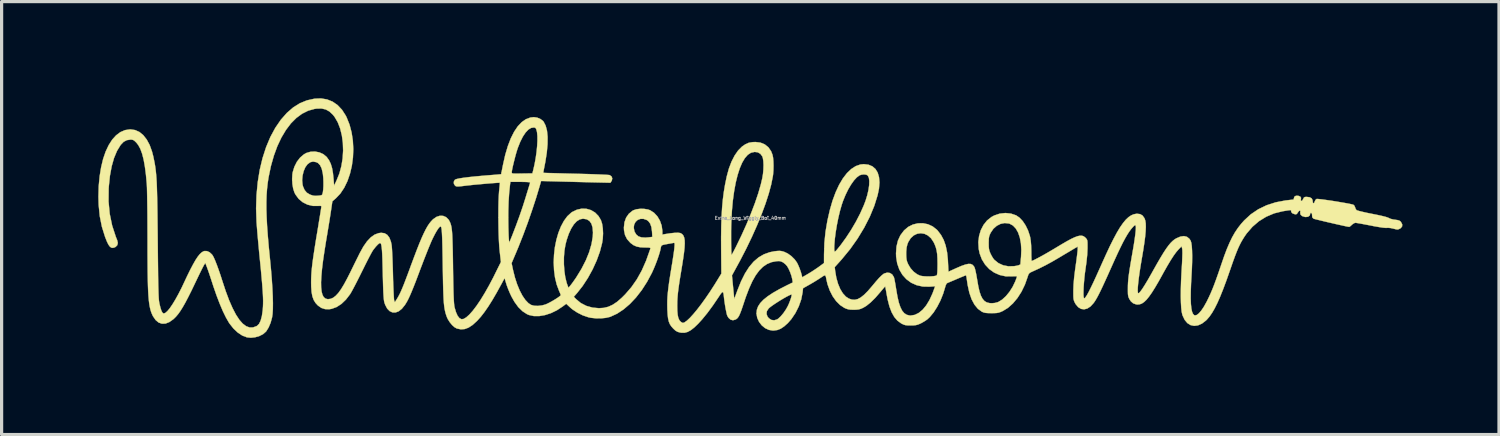
<source format=kicad_pcb>
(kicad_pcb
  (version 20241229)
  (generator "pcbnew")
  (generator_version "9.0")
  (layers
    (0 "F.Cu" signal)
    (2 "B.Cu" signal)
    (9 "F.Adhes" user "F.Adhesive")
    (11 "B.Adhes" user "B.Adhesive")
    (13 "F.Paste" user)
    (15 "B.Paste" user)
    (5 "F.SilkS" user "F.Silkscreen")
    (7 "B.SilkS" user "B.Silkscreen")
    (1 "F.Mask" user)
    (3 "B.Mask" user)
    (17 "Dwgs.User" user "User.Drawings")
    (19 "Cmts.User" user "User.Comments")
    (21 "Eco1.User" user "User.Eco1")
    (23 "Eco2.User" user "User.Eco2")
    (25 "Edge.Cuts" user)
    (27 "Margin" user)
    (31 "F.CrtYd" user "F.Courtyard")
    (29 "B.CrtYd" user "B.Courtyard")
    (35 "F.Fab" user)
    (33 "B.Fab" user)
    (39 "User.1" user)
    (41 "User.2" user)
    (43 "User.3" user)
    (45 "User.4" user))
  (footprint "Extra_Long_Wiggly_Boi_40mm"
    (layer "F.Cu")
    (at 20.24 3.717)
    (property "Reference" "Extra_Long_Wiggly_Boi_40mm" (at 0 0 0) (layer "F.Fab") (effects (font (size 0.1 0.1) (thickness 0.025))))
    (attr through_hole)
    (fp_poly (pts (xy -13.139 -3.681) (xy -12.966 -3.612) (xy -12.811 -3.504) (xy -12.675 -3.36) (xy -12.559 -3.18) (xy -12.532 -3.126) (xy -12.441 -2.899) (xy -12.377 -2.655) (xy -12.338 -2.4) (xy -12.324 -2.139) (xy -12.335 -1.878) (xy -12.369 -1.622) (xy -12.427 -1.376) (xy -12.506 -1.146) (xy -12.607 -0.938) (xy -12.728 -0.757) (xy -12.865 -0.613) (xy -12.974 -0.518) (xy -13.016 -0.232) (xy -13.031 -0.135) (xy -13.051 -0.005) (xy -13.076 0.15) (xy -13.104 0.32) (xy -13.133 0.497) (xy -13.163 0.674) (xy -13.165 0.684) (xy -13.219 1.021) (xy -13.263 1.319) (xy -13.295 1.579) (xy -13.315 1.804) (xy -13.325 1.994) (xy -13.322 2.153) (xy -13.308 2.28) (xy -13.283 2.378) (xy -13.246 2.45) (xy -13.197 2.495) (xy -13.136 2.516) (xy -13.104 2.518) (xy -13.025 2.508) (xy -12.948 2.474) (xy -12.87 2.414) (xy -12.789 2.327) (xy -12.704 2.209) (xy -12.612 2.058) (xy -12.511 1.871) (xy -12.421 1.693) (xy -12.354 1.556) (xy -12.288 1.421) (xy -12.226 1.296) (xy -12.173 1.19) (xy -12.134 1.11) (xy -12.125 1.092) (xy -12.012 0.887) (xy -11.897 0.723) (xy -11.781 0.6) (xy -11.661 0.515) (xy -11.537 0.469) (xy -11.459 0.459) (xy -11.355 0.472) (xy -11.27 0.523) (xy -11.204 0.61) (xy -11.156 0.735) (xy -11.135 0.836) (xy -11.129 0.892) (xy -11.122 0.984) (xy -11.116 1.107) (xy -11.109 1.254) (xy -11.103 1.419) (xy -11.097 1.596) (xy -11.093 1.746) (xy -11.089 1.924) (xy -11.083 2.09) (xy -11.077 2.238) (xy -11.071 2.365) (xy -11.065 2.465) (xy -11.06 2.532) (xy -11.055 2.56) (xy -11.034 2.613) (xy -10.981 2.529) (xy -10.944 2.469) (xy -10.91 2.408) (xy -10.876 2.342) (xy -10.841 2.266) (xy -10.802 2.175) (xy -10.757 2.065) (xy -10.705 1.93) (xy -10.643 1.767) (xy -10.57 1.57) (xy -10.542 1.492) (xy -10.441 1.222) (xy -10.352 0.988) (xy -10.273 0.788) (xy -10.202 0.619) (xy -10.137 0.476) (xy -10.078 0.357) (xy -10.023 0.259) (xy -9.969 0.177) (xy -9.916 0.11) (xy -9.862 0.052) (xy -9.843 0.035) (xy -9.741 -0.036) (xy -9.636 -0.07) (xy -9.535 -0.066) (xy -9.444 -0.027) (xy -9.369 0.047) (xy -9.343 0.089) (xy -9.323 0.131) (xy -9.305 0.174) (xy -9.291 0.222) (xy -9.278 0.279) (xy -9.268 0.349) (xy -9.259 0.434) (xy -9.252 0.54) (xy -9.247 0.668) (xy -9.242 0.824) (xy -9.237 1.011) (xy -9.233 1.233) (xy -9.229 1.493) (xy -9.229 1.524) (xy -9.225 1.785) (xy -9.221 2.006) (xy -9.217 2.193) (xy -9.213 2.347) (xy -9.208 2.473) (xy -9.203 2.573) (xy -9.197 2.652) (xy -9.191 2.713) (xy -9.184 2.759) (xy -9.18 2.775) (xy -9.137 2.922) (xy -9.087 3.034) (xy -9.03 3.107) (xy -8.967 3.14) (xy -8.904 3.134) (xy -8.82 3.085) (xy -8.723 2.999) (xy -8.615 2.878) (xy -8.498 2.724) (xy -8.374 2.541) (xy -8.245 2.33) (xy -8.111 2.094) (xy -7.975 1.836) (xy -7.932 1.748) (xy -7.742 1.365) (xy -7.782 1.016) (xy -7.794 0.881) (xy -7.804 0.714) (xy -7.812 0.523) (xy -7.817 0.317) (xy -7.82 0.102) (xy -7.821 -0.021) (xy -7.514 -0.021) (xy -7.513 0.137) (xy -7.511 0.287) (xy -7.507 0.426) (xy -7.503 0.548) (xy -7.497 0.646) (xy -7.491 0.717) (xy -7.485 0.753) (xy -7.481 0.757) (xy -7.472 0.736) (xy -7.45 0.684) (xy -7.419 0.609) (xy -7.387 0.529) (xy -7.276 0.241) (xy -7.166 -0.059) (xy -7.065 -0.354) (xy -6.978 -0.628) (xy -6.976 -0.635) (xy -6.941 -0.751) (xy -6.908 -0.857) (xy -6.881 -0.945) (xy -6.863 -1.005) (xy -6.857 -1.024) (xy -6.842 -1.074) (xy -6.837 -1.104) (xy -6.857 -1.11) (xy -6.912 -1.116) (xy -6.994 -1.12) (xy -7.096 -1.122) (xy -7.142 -1.122) (xy -7.448 -1.122) (xy -7.46 -1.032) (xy -7.486 -0.783) (xy -7.504 -0.514) (xy -7.513 -0.217) (xy -7.514 -0.021) (xy -7.821 -0.021) (xy -7.821 -0.113) (xy -7.82 -0.321) (xy -7.816 -0.513) (xy -7.809 -0.683) (xy -7.8 -0.822) (xy -7.794 -0.878) (xy -7.785 -0.967) (xy -7.778 -1.038) (xy -7.775 -1.083) (xy -7.775 -1.094) (xy -7.798 -1.095) (xy -7.856 -1.092) (xy -7.944 -1.086) (xy -8.053 -1.078) (xy -8.178 -1.068) (xy -8.312 -1.056) (xy -8.447 -1.044) (xy -8.579 -1.032) (xy -8.699 -1.019) (xy -8.802 -1.008) (xy -8.843 -1.003) (xy -8.957 -0.989) (xy -9.037 -0.981) (xy -9.09 -0.979) (xy -9.124 -0.982) (xy -9.146 -0.991) (xy -9.166 -1.006) (xy -9.166 -1.006) (xy -9.201 -1.061) (xy -9.205 -1.123) (xy -9.179 -1.178) (xy -9.16 -1.194) (xy -9.113 -1.211) (xy -9.027 -1.23) (xy -8.903 -1.249) (xy -8.745 -1.269) (xy -8.555 -1.289) (xy -8.336 -1.309) (xy -8.161 -1.324) (xy -8.032 -1.334) (xy -7.919 -1.343) (xy -7.828 -1.351) (xy -7.765 -1.357) (xy -7.737 -1.36) (xy -7.736 -1.361) (xy -7.731 -1.382) (xy -7.726 -1.41) (xy -7.408 -1.41) (xy -7.404 -1.396) (xy -7.389 -1.387) (xy -7.355 -1.381) (xy -7.298 -1.379) (xy -7.21 -1.379) (xy -7.087 -1.381) (xy -6.765 -1.386) (xy -6.738 -1.492) (xy -6.697 -1.672) (xy -6.663 -1.86) (xy -6.636 -2.049) (xy -6.618 -2.231) (xy -6.609 -2.399) (xy -6.61 -2.545) (xy -6.621 -2.661) (xy -6.629 -2.699) (xy -6.648 -2.762) (xy -6.669 -2.795) (xy -6.7 -2.808) (xy -6.72 -2.81) (xy -6.805 -2.797) (xy -6.891 -2.744) (xy -6.977 -2.653) (xy -7.061 -2.527) (xy -7.142 -2.367) (xy -7.218 -2.176) (xy -7.234 -2.127) (xy -7.261 -2.041) (xy -7.291 -1.935) (xy -7.321 -1.819) (xy -7.35 -1.702) (xy -7.376 -1.592) (xy -7.395 -1.5) (xy -7.406 -1.433) (xy -7.408 -1.41) (xy -7.726 -1.41) (xy -7.72 -1.437) (xy -7.704 -1.519) (xy -7.684 -1.619) (xy -7.677 -1.655) (xy -7.608 -1.961) (xy -7.527 -2.234) (xy -7.435 -2.474) (xy -7.332 -2.678) (xy -7.219 -2.846) (xy -7.096 -2.976) (xy -6.966 -3.067) (xy -6.827 -3.119) (xy -6.72 -3.131) (xy -6.617 -3.116) (xy -6.517 -3.074) (xy -6.437 -3.014) (xy -6.416 -2.988) (xy -6.354 -2.867) (xy -6.312 -2.71) (xy -6.293 -2.519) (xy -6.295 -2.294) (xy -6.318 -2.036) (xy -6.363 -1.746) (xy -6.39 -1.607) (xy -6.407 -1.522) (xy -6.42 -1.453) (xy -6.426 -1.412) (xy -6.427 -1.403) (xy -6.405 -1.402) (xy -6.346 -1.399) (xy -6.252 -1.396) (xy -6.129 -1.393) (xy -5.979 -1.389) (xy -5.808 -1.384) (xy -5.62 -1.379) (xy -5.419 -1.374) (xy -5.215 -1.369) (xy -5.023 -1.364) (xy -4.848 -1.358) (xy -4.693 -1.352) (xy -4.563 -1.346) (xy -4.462 -1.341) (xy -4.395 -1.336) (xy -4.366 -1.332) (xy -4.309 -1.291) (xy -4.286 -1.232) (xy -4.299 -1.166) (xy -4.307 -1.151) (xy -4.344 -1.095) (xy -4.918 -1.108) (xy -5.108 -1.113) (xy -5.317 -1.118) (xy -5.532 -1.124) (xy -5.739 -1.129) (xy -5.924 -1.134) (xy -5.994 -1.136) (xy -6.495 -1.149) (xy -6.539 -0.993) (xy -6.648 -0.63) (xy -6.774 -0.246) (xy -6.91 0.146) (xy -7.053 0.531) (xy -7.197 0.895) (xy -7.264 1.055) (xy -7.411 1.401) (xy -7.366 1.614) (xy -7.308 1.845) (xy -7.239 2.057) (xy -7.16 2.248) (xy -7.074 2.412) (xy -6.982 2.545) (xy -6.888 2.643) (xy -6.806 2.697) (xy -6.712 2.723) (xy -6.593 2.728) (xy -6.464 2.712) (xy -6.366 2.686) (xy -6.304 2.66) (xy -6.226 2.621) (xy -6.14 2.573) (xy -6.056 2.523) (xy -5.98 2.474) (xy -5.922 2.432) (xy -5.889 2.402) (xy -5.884 2.393) (xy -5.893 2.366) (xy -5.914 2.313) (xy -5.937 2.261) (xy -6.011 2.064) (xy -6.063 1.848) (xy -6.093 1.62) (xy -6.101 1.432) (xy -5.787 1.432) (xy -5.773 1.641) (xy -5.745 1.837) (xy -5.703 2.008) (xy -5.677 2.083) (xy -5.645 2.165) (xy -5.584 2.093) (xy -5.546 2.044) (xy -5.493 1.971) (xy -5.434 1.887) (xy -5.404 1.843) (xy -5.241 1.577) (xy -5.106 1.313) (xy -5.002 1.056) (xy -4.93 0.809) (xy -4.891 0.577) (xy -4.885 0.45) (xy -4.897 0.296) (xy -4.933 0.177) (xy -4.993 0.092) (xy -5.078 0.04) (xy -5.189 0.021) (xy -5.197 0.021) (xy -5.295 0.042) (xy -5.39 0.102) (xy -5.48 0.199) (xy -5.563 0.331) (xy -5.638 0.494) (xy -5.703 0.686) (xy -5.74 0.832) (xy -5.771 1.017) (xy -5.787 1.221) (xy -5.787 1.432) (xy -6.101 1.432) (xy -6.104 1.383) (xy -6.094 1.144) (xy -6.067 0.907) (xy -6.021 0.678) (xy -5.959 0.462) (xy -5.881 0.265) (xy -5.788 0.091) (xy -5.681 -0.055) (xy -5.56 -0.166) (xy -5.53 -0.187) (xy -5.383 -0.258) (xy -5.233 -0.291) (xy -5.086 -0.286) (xy -4.946 -0.245) (xy -4.82 -0.17) (xy -4.714 -0.062) (xy -4.639 0.063) (xy -4.602 0.177) (xy -4.58 0.32) (xy -4.572 0.479) (xy -4.581 0.643) (xy -4.602 0.779) (xy -4.67 1.042) (xy -4.77 1.317) (xy -4.896 1.594) (xy -5.043 1.861) (xy -5.206 2.11) (xy -5.377 2.327) (xy -5.48 2.445) (xy -5.412 2.515) (xy -5.264 2.638) (xy -5.092 2.727) (xy -4.899 2.781) (xy -4.699 2.799) (xy -4.55 2.789) (xy -4.41 2.755) (xy -4.274 2.693) (xy -4.136 2.601) (xy -3.991 2.475) (xy -3.884 2.368) (xy -3.692 2.146) (xy -3.522 1.902) (xy -3.371 1.631) (xy -3.237 1.328) (xy -3.117 0.99) (xy -3.1 0.938) (xy -3.11 0.925) (xy -3.153 0.917) (xy -3.232 0.915) (xy -3.266 0.915) (xy -3.411 0.909) (xy -3.527 0.886) (xy -3.626 0.843) (xy -3.717 0.776) (xy -3.725 0.769) (xy -3.826 0.656) (xy -3.89 0.529) (xy -3.921 0.382) (xy -3.925 0.297) (xy -3.62 0.297) (xy -3.6 0.404) (xy -3.591 0.429) (xy -3.54 0.514) (xy -3.471 0.571) (xy -3.377 0.601) (xy -3.255 0.608) (xy -3.157 0.6) (xy -3.043 0.586) (xy -3.052 0.423) (xy -3.071 0.28) (xy -3.11 0.171) (xy -3.169 0.094) (xy -3.218 0.06) (xy -3.32 0.025) (xy -3.415 0.027) (xy -3.498 0.06) (xy -3.563 0.12) (xy -3.606 0.201) (xy -3.62 0.297) (xy -3.925 0.297) (xy -3.925 0.296) (xy -3.907 0.131) (xy -3.855 -0.013) (xy -3.771 -0.133) (xy -3.658 -0.225) (xy -3.633 -0.239) (xy -3.539 -0.271) (xy -3.421 -0.286) (xy -3.296 -0.284) (xy -3.18 -0.265) (xy -3.111 -0.241) (xy -2.99 -0.163) (xy -2.887 -0.053) (xy -2.807 0.083) (xy -2.753 0.236) (xy -2.731 0.399) (xy -2.731 0.421) (xy -2.731 0.514) (xy -2.651 0.5) (xy -2.487 0.474) (xy -2.35 0.46) (xy -2.245 0.457) (xy -2.176 0.466) (xy -2.163 0.471) (xy -2.115 0.501) (xy -2.079 0.545) (xy -2.054 0.606) (xy -2.039 0.687) (xy -2.036 0.792) (xy -2.043 0.924) (xy -2.061 1.088) (xy -2.089 1.286) (xy -2.117 1.463) (xy -2.155 1.693) (xy -2.187 1.887) (xy -2.212 2.051) (xy -2.231 2.188) (xy -2.246 2.305) (xy -2.256 2.406) (xy -2.263 2.498) (xy -2.268 2.585) (xy -2.269 2.673) (xy -2.27 2.72) (xy -2.267 2.881) (xy -2.256 3.005) (xy -2.236 3.099) (xy -2.206 3.167) (xy -2.164 3.216) (xy -2.154 3.224) (xy -2.11 3.252) (xy -2.075 3.253) (xy -2.043 3.239) (xy -1.969 3.186) (xy -1.877 3.1) (xy -1.77 2.983) (xy -1.651 2.84) (xy -1.523 2.673) (xy -1.389 2.487) (xy -1.251 2.285) (xy -1.112 2.07) (xy -1.036 1.947) (xy -0.9 1.725) (xy -0.907 0.931) (xy -0.908 0.569) (xy -0.907 0.546) (xy -0.597 0.546) (xy -0.597 0.684) (xy -0.596 0.814) (xy -0.594 0.932) (xy -0.591 1.029) (xy -0.588 1.1) (xy -0.584 1.138) (xy -0.582 1.143) (xy -0.569 1.125) (xy -0.542 1.076) (xy -0.503 1.003) (xy -0.457 0.913) (xy -0.444 0.888) (xy -0.274 0.537) (xy -0.118 0.191) (xy 0.021 -0.145) (xy 0.143 -0.465) (xy 0.245 -0.766) (xy 0.325 -1.042) (xy 0.371 -1.238) (xy 0.393 -1.371) (xy 0.405 -1.51) (xy 0.409 -1.645) (xy 0.403 -1.766) (xy 0.388 -1.862) (xy 0.372 -1.911) (xy 0.312 -1.992) (xy 0.23 -2.04) (xy 0.132 -2.052) (xy 0.025 -2.028) (xy 0.015 -2.024) (xy -0.081 -1.961) (xy -0.171 -1.858) (xy -0.254 -1.718) (xy -0.329 -1.543) (xy -0.396 -1.335) (xy -0.455 -1.096) (xy -0.504 -0.829) (xy -0.544 -0.537) (xy -0.573 -0.22) (xy -0.59 0.117) (xy -0.595 0.275) (xy -0.597 0.408) (xy -0.597 0.546) (xy -0.907 0.546) (xy -0.903 0.244) (xy -0.893 -0.051) (xy -0.877 -0.32) (xy -0.854 -0.57) (xy -0.824 -0.805) (xy -0.786 -1.032) (xy -0.74 -1.256) (xy -0.732 -1.294) (xy -0.666 -1.535) (xy -0.584 -1.751) (xy -0.488 -1.939) (xy -0.38 -2.095) (xy -0.263 -2.213) (xy -0.256 -2.219) (xy -0.151 -2.291) (xy -0.05 -2.335) (xy 0.065 -2.355) (xy 0.159 -2.359) (xy 0.314 -2.34) (xy 0.448 -2.285) (xy 0.559 -2.196) (xy 0.643 -2.075) (xy 0.687 -1.964) (xy 0.705 -1.876) (xy 0.715 -1.759) (xy 0.719 -1.625) (xy 0.716 -1.486) (xy 0.706 -1.354) (xy 0.697 -1.291) (xy 0.647 -1.039) (xy 0.571 -0.757) (xy 0.472 -0.451) (xy 0.351 -0.123) (xy 0.21 0.222) (xy 0.05 0.581) (xy -0.127 0.949) (xy -0.32 1.322) (xy -0.388 1.447) (xy -0.571 1.782) (xy -0.5 2.515) (xy -0.401 2.245) (xy -0.288 1.964) (xy -0.167 1.722) (xy -0.038 1.52) (xy 0.102 1.354) (xy 0.254 1.224) (xy 0.42 1.127) (xy 0.601 1.062) (xy 0.751 1.032) (xy 0.845 1.022) (xy 0.914 1.02) (xy 0.975 1.028) (xy 1.045 1.048) (xy 1.046 1.048) (xy 1.159 1.101) (xy 1.273 1.183) (xy 1.375 1.284) (xy 1.446 1.382) (xy 1.487 1.465) (xy 1.531 1.571) (xy 1.569 1.682) (xy 1.596 1.778) (xy 1.597 1.783) (xy 1.609 1.84) (xy 1.794 1.732) (xy 1.897 1.669) (xy 2.007 1.597) (xy 2.107 1.529) (xy 2.133 1.51) (xy 2.286 1.397) (xy 2.287 1.127) (xy 2.293 0.939) (xy 2.603 0.939) (xy 2.605 0.996) (xy 2.61 1.031) (xy 2.624 1.041) (xy 2.65 1.024) (xy 2.692 0.978) (xy 2.753 0.902) (xy 2.805 0.837) (xy 2.969 0.611) (xy 3.129 0.367) (xy 3.277 0.114) (xy 3.408 -0.139) (xy 3.516 -0.38) (xy 3.575 -0.533) (xy 3.629 -0.709) (xy 3.667 -0.874) (xy 3.688 -1.023) (xy 3.692 -1.149) (xy 3.679 -1.249) (xy 3.646 -1.316) (xy 3.645 -1.318) (xy 3.597 -1.345) (xy 3.526 -1.354) (xy 3.447 -1.345) (xy 3.388 -1.324) (xy 3.304 -1.262) (xy 3.215 -1.165) (xy 3.125 -1.038) (xy 3.036 -0.887) (xy 2.953 -0.716) (xy 2.878 -0.533) (xy 2.837 -0.414) (xy 2.781 -0.219) (xy 2.73 -0.004) (xy 2.685 0.221) (xy 2.648 0.444) (xy 2.621 0.655) (xy 2.606 0.844) (xy 2.603 0.939) (xy 2.293 0.939) (xy 2.298 0.774) (xy 2.333 0.429) (xy 2.392 0.08) (xy 2.467 -0.248) (xy 2.551 -0.539) (xy 2.648 -0.801) (xy 2.755 -1.031) (xy 2.872 -1.229) (xy 2.998 -1.393) (xy 3.131 -1.52) (xy 3.27 -1.61) (xy 3.414 -1.661) (xy 3.522 -1.672) (xy 3.668 -1.654) (xy 3.789 -1.603) (xy 3.884 -1.521) (xy 3.952 -1.409) (xy 3.993 -1.269) (xy 4.007 -1.103) (xy 3.992 -0.911) (xy 3.95 -0.709) (xy 3.847 -0.379) (xy 3.707 -0.04) (xy 3.533 0.3) (xy 3.329 0.637) (xy 3.097 0.965) (xy 2.84 1.278) (xy 2.786 1.339) (xy 2.619 1.524) (xy 2.633 1.646) (xy 2.668 1.853) (xy 2.721 2.04) (xy 2.789 2.204) (xy 2.872 2.339) (xy 2.966 2.441) (xy 3.058 2.501) (xy 3.152 2.532) (xy 3.242 2.538) (xy 3.333 2.516) (xy 3.429 2.464) (xy 3.533 2.381) (xy 3.649 2.264) (xy 3.78 2.112) (xy 3.785 2.106) (xy 3.9 1.968) (xy 3.994 1.862) (xy 4.07 1.787) (xy 4.129 1.738) (xy 4.153 1.723) (xy 4.245 1.695) (xy 4.331 1.706) (xy 4.403 1.752) (xy 4.453 1.832) (xy 4.461 1.856) (xy 4.473 1.907) (xy 4.489 1.99) (xy 4.507 2.093) (xy 4.525 2.205) (xy 4.528 2.223) (xy 4.566 2.443) (xy 4.608 2.624) (xy 4.657 2.767) (xy 4.712 2.877) (xy 4.777 2.954) (xy 4.852 3.003) (xy 4.938 3.025) (xy 4.978 3.027) (xy 5.104 3.006) (xy 5.228 2.945) (xy 5.347 2.847) (xy 5.458 2.713) (xy 5.56 2.545) (xy 5.651 2.347) (xy 5.673 2.29) (xy 5.735 2.119) (xy 5.561 2.131) (xy 5.354 2.127) (xy 5.163 2.085) (xy 4.992 2.009) (xy 4.844 1.9) (xy 4.72 1.763) (xy 4.624 1.599) (xy 4.558 1.41) (xy 4.525 1.201) (xy 4.522 1.111) (xy 4.837 1.111) (xy 4.84 1.213) (xy 4.848 1.288) (xy 4.865 1.354) (xy 4.895 1.426) (xy 4.899 1.435) (xy 4.972 1.558) (xy 5.068 1.665) (xy 5.178 1.747) (xy 5.268 1.789) (xy 5.333 1.802) (xy 5.42 1.81) (xy 5.517 1.813) (xy 5.613 1.811) (xy 5.698 1.804) (xy 5.76 1.792) (xy 5.785 1.78) (xy 5.796 1.75) (xy 5.804 1.683) (xy 5.808 1.579) (xy 5.81 1.435) (xy 5.81 1.422) (xy 5.807 1.255) (xy 5.799 1.121) (xy 5.782 1.009) (xy 5.756 0.909) (xy 5.719 0.813) (xy 5.69 0.752) (xy 5.609 0.629) (xy 5.511 0.542) (xy 5.403 0.489) (xy 5.29 0.472) (xy 5.178 0.488) (xy 5.072 0.539) (xy 4.979 0.623) (xy 4.904 0.741) (xy 4.876 0.808) (xy 4.85 0.913) (xy 4.838 1.043) (xy 4.837 1.111) (xy 4.522 1.111) (xy 4.521 1.101) (xy 4.536 0.887) (xy 4.581 0.7) (xy 4.657 0.536) (xy 4.767 0.39) (xy 4.775 0.381) (xy 4.902 0.274) (xy 5.046 0.202) (xy 5.201 0.165) (xy 5.359 0.162) (xy 5.514 0.194) (xy 5.659 0.261) (xy 5.788 0.362) (xy 5.813 0.389) (xy 5.918 0.526) (xy 6.001 0.681) (xy 6.063 0.858) (xy 6.106 1.064) (xy 6.131 1.302) (xy 6.134 1.367) (xy 6.149 1.666) (xy 6.401 1.552) (xy 6.552 1.487) (xy 6.672 1.445) (xy 6.766 1.424) (xy 6.838 1.426) (xy 6.893 1.45) (xy 6.936 1.495) (xy 6.956 1.529) (xy 6.971 1.573) (xy 6.99 1.65) (xy 7.011 1.75) (xy 7.031 1.864) (xy 7.04 1.917) (xy 7.075 2.12) (xy 7.113 2.284) (xy 7.157 2.412) (xy 7.208 2.509) (xy 7.268 2.577) (xy 7.34 2.62) (xy 7.426 2.641) (xy 7.497 2.645) (xy 7.592 2.636) (xy 7.683 2.611) (xy 7.699 2.604) (xy 7.815 2.533) (xy 7.932 2.426) (xy 8.042 2.292) (xy 8.141 2.137) (xy 8.222 1.968) (xy 8.222 1.967) (xy 8.249 1.897) (xy 8.269 1.843) (xy 8.276 1.816) (xy 8.257 1.809) (xy 8.206 1.807) (xy 8.134 1.81) (xy 8.123 1.811) (xy 7.924 1.809) (xy 7.737 1.768) (xy 7.566 1.692) (xy 7.415 1.584) (xy 7.287 1.446) (xy 7.186 1.283) (xy 7.116 1.097) (xy 7.088 0.96) (xy 7.078 0.782) (xy 7.398 0.782) (xy 7.399 0.884) (xy 7.406 0.958) (xy 7.42 1.019) (xy 7.444 1.082) (xy 7.457 1.111) (xy 7.498 1.189) (xy 7.542 1.259) (xy 7.574 1.298) (xy 7.699 1.399) (xy 7.846 1.467) (xy 8.012 1.499) (xy 8.19 1.494) (xy 8.275 1.48) (xy 8.336 1.463) (xy 8.375 1.443) (xy 8.383 1.432) (xy 8.385 1.402) (xy 8.39 1.339) (xy 8.397 1.256) (xy 8.402 1.205) (xy 8.411 0.986) (xy 8.398 0.785) (xy 8.364 0.606) (xy 8.311 0.452) (xy 8.24 0.327) (xy 8.152 0.234) (xy 8.048 0.177) (xy 8.026 0.17) (xy 7.896 0.156) (xy 7.768 0.181) (xy 7.649 0.241) (xy 7.544 0.333) (xy 7.462 0.453) (xy 7.461 0.454) (xy 7.431 0.518) (xy 7.412 0.573) (xy 7.402 0.633) (xy 7.398 0.713) (xy 7.398 0.782) (xy 7.078 0.782) (xy 7.076 0.755) (xy 7.099 0.559) (xy 7.153 0.377) (xy 7.237 0.215) (xy 7.347 0.077) (xy 7.483 -0.031) (xy 7.569 -0.078) (xy 7.741 -0.136) (xy 7.918 -0.155) (xy 8.09 -0.137) (xy 8.249 -0.083) (xy 8.354 -0.011) (xy 8.454 0.095) (xy 8.543 0.229) (xy 8.618 0.383) (xy 8.674 0.55) (xy 8.688 0.61) (xy 8.704 0.714) (xy 8.715 0.847) (xy 8.72 0.998) (xy 8.721 1.049) (xy 8.721 1.153) (xy 8.724 1.24) (xy 8.727 1.303) (xy 8.731 1.332) (xy 8.732 1.333) (xy 8.762 1.323) (xy 8.823 1.295) (xy 8.908 1.251) (xy 9.011 1.196) (xy 9.125 1.133) (xy 9.245 1.064) (xy 9.364 0.994) (xy 9.458 0.938) (xy 9.653 0.821) (xy 9.816 0.726) (xy 9.952 0.652) (xy 10.064 0.599) (xy 10.155 0.565) (xy 10.229 0.549) (xy 10.289 0.549) (xy 10.34 0.565) (xy 10.384 0.595) (xy 10.405 0.615) (xy 10.431 0.644) (xy 10.448 0.67) (xy 10.459 0.704) (xy 10.464 0.753) (xy 10.465 0.827) (xy 10.465 0.933) (xy 10.465 0.938) (xy 10.456 1.138) (xy 10.432 1.371) (xy 10.403 1.577) (xy 10.383 1.719) (xy 10.367 1.866) (xy 10.354 2.012) (xy 10.344 2.149) (xy 10.34 2.272) (xy 10.339 2.374) (xy 10.344 2.447) (xy 10.354 2.486) (xy 10.356 2.489) (xy 10.375 2.488) (xy 10.405 2.456) (xy 10.447 2.393) (xy 10.5 2.297) (xy 10.566 2.166) (xy 10.646 2) (xy 10.739 1.798) (xy 10.847 1.558) (xy 10.9 1.439) (xy 11.036 1.138) (xy 11.159 0.874) (xy 11.273 0.647) (xy 11.377 0.453) (xy 11.474 0.291) (xy 11.566 0.159) (xy 11.652 0.054) (xy 11.736 -0.025) (xy 11.818 -0.081) (xy 11.9 -0.116) (xy 11.984 -0.132) (xy 12.001 -0.133) (xy 12.098 -0.121) (xy 12.173 -0.077) (xy 12.232 0.005) (xy 12.237 0.016) (xy 12.259 0.081) (xy 12.272 0.166) (xy 12.275 0.276) (xy 12.269 0.413) (xy 12.254 0.579) (xy 12.228 0.778) (xy 12.192 1.013) (xy 12.15 1.259) (xy 12.111 1.49) (xy 12.079 1.699) (xy 12.054 1.883) (xy 12.036 2.04) (xy 12.025 2.167) (xy 12.023 2.261) (xy 12.029 2.318) (xy 12.038 2.335) (xy 12.064 2.327) (xy 12.107 2.28) (xy 12.168 2.196) (xy 12.245 2.075) (xy 12.34 1.917) (xy 12.45 1.724) (xy 12.494 1.645) (xy 12.618 1.425) (xy 12.726 1.239) (xy 12.82 1.084) (xy 12.903 0.957) (xy 12.977 0.855) (xy 13.044 0.774) (xy 13.108 0.711) (xy 13.169 0.663) (xy 13.221 0.631) (xy 13.348 0.577) (xy 13.458 0.561) (xy 13.552 0.584) (xy 13.627 0.644) (xy 13.666 0.703) (xy 13.686 0.767) (xy 13.701 0.869) (xy 13.71 1.006) (xy 13.714 1.173) (xy 13.712 1.367) (xy 13.704 1.585) (xy 13.695 1.746) (xy 13.679 2.035) (xy 13.67 2.283) (xy 13.668 2.493) (xy 13.674 2.665) (xy 13.688 2.802) (xy 13.709 2.904) (xy 13.738 2.974) (xy 13.774 3.013) (xy 13.802 3.023) (xy 13.857 3.009) (xy 13.923 2.958) (xy 13.996 2.873) (xy 14.074 2.758) (xy 14.154 2.615) (xy 14.17 2.585) (xy 14.23 2.462) (xy 14.286 2.34) (xy 14.34 2.213) (xy 14.395 2.074) (xy 14.453 1.917) (xy 14.518 1.734) (xy 14.592 1.518) (xy 14.615 1.45) (xy 14.705 1.188) (xy 14.79 0.963) (xy 14.873 0.768) (xy 14.955 0.598) (xy 15.041 0.447) (xy 15.132 0.311) (xy 15.231 0.184) (xy 15.328 0.075) (xy 15.533 -0.114) (xy 15.765 -0.271) (xy 16.024 -0.396) (xy 16.306 -0.487) (xy 16.612 -0.545) (xy 16.648 -0.549) (xy 16.734 -0.559) (xy 16.803 -0.567) (xy 16.846 -0.571) (xy 16.854 -0.571) (xy 16.867 -0.589) (xy 16.87 -0.611) (xy 16.887 -0.663) (xy 16.935 -0.69) (xy 17.005 -0.69) (xy 17.067 -0.667) (xy 17.093 -0.627) (xy 17.088 -0.574) (xy 17.087 -0.537) (xy 17.105 -0.529) (xy 17.132 -0.546) (xy 17.157 -0.587) (xy 17.16 -0.593) (xy 17.182 -0.635) (xy 17.214 -0.653) (xy 17.265 -0.656) (xy 17.362 -0.644) (xy 17.424 -0.609) (xy 17.451 -0.552) (xy 17.452 -0.534) (xy 17.46 -0.479) (xy 17.479 -0.457) (xy 17.501 -0.471) (xy 17.516 -0.51) (xy 17.543 -0.566) (xy 17.576 -0.592) (xy 17.607 -0.592) (xy 17.672 -0.586) (xy 17.766 -0.575) (xy 17.88 -0.559) (xy 18.008 -0.541) (xy 18.144 -0.52) (xy 18.28 -0.497) (xy 18.409 -0.475) (xy 18.525 -0.455) (xy 18.62 -0.436) (xy 18.689 -0.42) (xy 18.718 -0.412) (xy 18.75 -0.381) (xy 18.768 -0.337) (xy 18.789 -0.282) (xy 18.814 -0.246) (xy 18.845 -0.233) (xy 18.911 -0.214) (xy 19.006 -0.191) (xy 19.124 -0.164) (xy 19.258 -0.137) (xy 19.304 -0.128) (xy 19.483 -0.092) (xy 19.625 -0.06) (xy 19.73 -0.033) (xy 19.796 -0.011) (xy 19.814 -0.001) (xy 19.869 0.024) (xy 19.951 0.045) (xy 20.01 0.053) (xy 20.092 0.065) (xy 20.145 0.081) (xy 20.181 0.107) (xy 20.193 0.122) (xy 20.232 0.194) (xy 20.23 0.259) (xy 20.189 0.312) (xy 20.164 0.328) (xy 20.122 0.348) (xy 20.087 0.356) (xy 20.043 0.351) (xy 19.976 0.334) (xy 19.96 0.33) (xy 19.867 0.31) (xy 19.787 0.303) (xy 19.758 0.306) (xy 19.709 0.306) (xy 19.621 0.297) (xy 19.499 0.278) (xy 19.345 0.251) (xy 19.257 0.233) (xy 19.125 0.208) (xy 19.004 0.185) (xy 18.903 0.167) (xy 18.827 0.154) (xy 18.784 0.148) (xy 18.78 0.148) (xy 18.736 0.162) (xy 18.684 0.198) (xy 18.669 0.212) (xy 18.626 0.251) (xy 18.594 0.273) (xy 18.588 0.275) (xy 18.557 0.27) (xy 18.493 0.258) (xy 18.401 0.238) (xy 18.289 0.213) (xy 18.163 0.185) (xy 18.031 0.154) (xy 17.899 0.124) (xy 17.774 0.094) (xy 17.663 0.067) (xy 17.572 0.045) (xy 17.509 0.029) (xy 17.481 0.02) (xy 17.481 0.02) (xy 17.447 -0.013) (xy 17.439 -0.038) (xy 17.435 -0.091) (xy 17.434 -0.115) (xy 17.421 -0.151) (xy 17.399 -0.164) (xy 17.381 -0.15) (xy 17.378 -0.132) (xy 17.36 -0.075) (xy 17.31 -0.04) (xy 17.236 -0.031) (xy 17.212 -0.034) (xy 17.129 -0.06) (xy 17.079 -0.103) (xy 17.066 -0.162) (xy 17.069 -0.179) (xy 17.071 -0.221) (xy 17.054 -0.232) (xy 17.024 -0.213) (xy 16.992 -0.169) (xy 16.962 -0.126) (xy 16.929 -0.114) (xy 16.897 -0.119) (xy 16.825 -0.146) (xy 16.79 -0.186) (xy 16.785 -0.214) (xy 16.785 -0.23) (xy 16.78 -0.241) (xy 16.764 -0.245) (xy 16.729 -0.243) (xy 16.669 -0.234) (xy 16.577 -0.219) (xy 16.521 -0.21) (xy 16.258 -0.145) (xy 16.013 -0.041) (xy 15.787 0.098) (xy 15.584 0.272) (xy 15.405 0.479) (xy 15.338 0.575) (xy 15.284 0.661) (xy 15.234 0.747) (xy 15.188 0.837) (xy 15.141 0.937) (xy 15.093 1.053) (xy 15.04 1.19) (xy 14.98 1.354) (xy 14.912 1.55) (xy 14.879 1.645) (xy 14.772 1.949) (xy 14.673 2.214) (xy 14.581 2.443) (xy 14.494 2.64) (xy 14.411 2.806) (xy 14.331 2.944) (xy 14.252 3.058) (xy 14.173 3.15) (xy 14.142 3.181) (xy 14.017 3.277) (xy 13.893 3.332) (xy 13.774 3.347) (xy 13.663 3.323) (xy 13.564 3.261) (xy 13.481 3.161) (xy 13.416 3.025) (xy 13.407 2.997) (xy 13.387 2.906) (xy 13.373 2.776) (xy 13.364 2.612) (xy 13.36 2.418) (xy 13.362 2.198) (xy 13.369 1.956) (xy 13.382 1.695) (xy 13.387 1.608) (xy 13.4 1.394) (xy 13.407 1.223) (xy 13.411 1.092) (xy 13.409 1.002) (xy 13.404 0.953) (xy 13.384 0.878) (xy 13.292 0.973) (xy 13.22 1.056) (xy 13.139 1.167) (xy 13.048 1.308) (xy 12.944 1.482) (xy 12.825 1.692) (xy 12.801 1.737) (xy 12.674 1.965) (xy 12.562 2.156) (xy 12.463 2.314) (xy 12.374 2.44) (xy 12.294 2.538) (xy 12.22 2.608) (xy 12.15 2.655) (xy 12.082 2.679) (xy 12.015 2.685) (xy 11.973 2.68) (xy 11.883 2.648) (xy 11.812 2.587) (xy 11.763 2.512) (xy 11.742 2.467) (xy 11.728 2.419) (xy 11.72 2.36) (xy 11.718 2.277) (xy 11.718 2.191) (xy 11.719 2.096) (xy 11.723 2.004) (xy 11.731 1.908) (xy 11.742 1.804) (xy 11.759 1.683) (xy 11.781 1.541) (xy 11.809 1.372) (xy 11.844 1.169) (xy 11.856 1.101) (xy 11.897 0.865) (xy 11.928 0.664) (xy 11.95 0.5) (xy 11.963 0.373) (xy 11.966 0.285) (xy 11.96 0.237) (xy 11.958 0.234) (xy 11.942 0.222) (xy 11.914 0.238) (xy 11.876 0.277) (xy 11.818 0.344) (xy 11.76 0.422) (xy 11.7 0.515) (xy 11.636 0.625) (xy 11.565 0.757) (xy 11.487 0.914) (xy 11.398 1.1) (xy 11.298 1.319) (xy 11.201 1.535) (xy 11.098 1.765) (xy 11.01 1.959) (xy 10.935 2.122) (xy 10.87 2.258) (xy 10.815 2.369) (xy 10.767 2.46) (xy 10.724 2.535) (xy 10.685 2.596) (xy 10.654 2.64) (xy 10.559 2.744) (xy 10.46 2.809) (xy 10.361 2.834) (xy 10.265 2.821) (xy 10.177 2.768) (xy 10.1 2.677) (xy 10.075 2.634) (xy 10.054 2.589) (xy 10.039 2.547) (xy 10.03 2.499) (xy 10.026 2.435) (xy 10.025 2.346) (xy 10.025 2.244) (xy 10.032 2.06) (xy 10.05 1.85) (xy 10.08 1.608) (xy 10.094 1.507) (xy 10.114 1.368) (xy 10.131 1.238) (xy 10.145 1.126) (xy 10.155 1.037) (xy 10.16 0.981) (xy 10.16 0.972) (xy 10.16 0.887) (xy 10.059 0.945) (xy 10.01 0.974) (xy 9.932 1.021) (xy 9.832 1.08) (xy 9.719 1.147) (xy 9.599 1.219) (xy 9.589 1.225) (xy 9.368 1.354) (xy 9.164 1.465) (xy 8.96 1.567) (xy 8.739 1.668) (xy 8.717 1.678) (xy 8.67 1.704) (xy 8.639 1.739) (xy 8.616 1.796) (xy 8.606 1.829) (xy 8.522 2.067) (xy 8.416 2.286) (xy 8.29 2.483) (xy 8.149 2.651) (xy 7.996 2.788) (xy 7.834 2.887) (xy 7.832 2.887) (xy 7.763 2.918) (xy 7.705 2.937) (xy 7.644 2.948) (xy 7.565 2.952) (xy 7.482 2.953) (xy 7.377 2.951) (xy 7.302 2.945) (xy 7.247 2.933) (xy 7.198 2.913) (xy 7.185 2.907) (xy 7.062 2.817) (xy 6.957 2.689) (xy 6.868 2.523) (xy 6.797 2.318) (xy 6.744 2.075) (xy 6.717 1.892) (xy 6.708 1.829) (xy 6.697 1.788) (xy 6.69 1.778) (xy 6.667 1.786) (xy 6.612 1.808) (xy 6.534 1.84) (xy 6.439 1.88) (xy 6.413 1.891) (xy 6.313 1.934) (xy 6.224 1.971) (xy 6.156 2) (xy 6.117 2.016) (xy 6.113 2.017) (xy 6.085 2.045) (xy 6.06 2.099) (xy 6.054 2.121) (xy 5.986 2.346) (xy 5.9 2.561) (xy 5.798 2.758) (xy 5.687 2.932) (xy 5.568 3.075) (xy 5.493 3.145) (xy 5.423 3.194) (xy 5.337 3.245) (xy 5.28 3.275) (xy 5.206 3.306) (xy 5.14 3.324) (xy 5.063 3.332) (xy 4.974 3.334) (xy 4.881 3.332) (xy 4.814 3.325) (xy 4.76 3.309) (xy 4.701 3.281) (xy 4.678 3.268) (xy 4.565 3.185) (xy 4.468 3.072) (xy 4.386 2.926) (xy 4.317 2.745) (xy 4.261 2.527) (xy 4.234 2.383) (xy 4.217 2.285) (xy 4.202 2.204) (xy 4.191 2.148) (xy 4.185 2.125) (xy 4.185 2.125) (xy 4.17 2.138) (xy 4.135 2.177) (xy 4.084 2.237) (xy 4.032 2.3) (xy 3.877 2.478) (xy 3.731 2.622) (xy 3.597 2.729) (xy 3.5 2.786) (xy 3.426 2.819) (xy 3.36 2.837) (xy 3.284 2.845) (xy 3.207 2.847) (xy 3.109 2.844) (xy 3.035 2.833) (xy 2.968 2.811) (xy 2.917 2.788) (xy 2.785 2.701) (xy 2.663 2.579) (xy 2.555 2.427) (xy 2.465 2.25) (xy 2.395 2.056) (xy 2.36 1.905) (xy 2.346 1.833) (xy 2.332 1.792) (xy 2.31 1.78) (xy 2.271 1.796) (xy 2.208 1.837) (xy 2.174 1.86) (xy 2.084 1.918) (xy 1.976 1.985) (xy 1.867 2.049) (xy 1.828 2.071) (xy 1.635 2.18) (xy 1.621 2.312) (xy 1.579 2.526) (xy 1.503 2.742) (xy 1.399 2.95) (xy 1.272 3.138) (xy 1.165 3.26) (xy 1.049 3.364) (xy 0.943 3.435) (xy 0.839 3.476) (xy 0.727 3.492) (xy 0.7 3.493) (xy 0.574 3.472) (xy 0.457 3.417) (xy 0.354 3.332) (xy 0.271 3.224) (xy 0.214 3.101) (xy 0.192 2.974) (xy 0.501 2.974) (xy 0.531 3.057) (xy 0.573 3.11) (xy 0.652 3.163) (xy 0.739 3.175) (xy 0.829 3.147) (xy 0.863 3.126) (xy 0.942 3.053) (xy 1.026 2.953) (xy 1.105 2.837) (xy 1.159 2.741) (xy 1.195 2.664) (xy 1.228 2.58) (xy 1.257 2.499) (xy 1.276 2.431) (xy 1.284 2.387) (xy 1.282 2.375) (xy 1.257 2.378) (xy 1.203 2.401) (xy 1.129 2.439) (xy 1.039 2.49) (xy 0.941 2.548) (xy 0.842 2.61) (xy 0.747 2.672) (xy 0.665 2.729) (xy 0.6 2.778) (xy 0.567 2.809) (xy 0.513 2.89) (xy 0.501 2.974) (xy 0.192 2.974) (xy 0.191 2.969) (xy 0.191 2.952) (xy 0.203 2.845) (xy 0.241 2.742) (xy 0.308 2.64) (xy 0.405 2.538) (xy 0.535 2.433) (xy 0.699 2.324) (xy 0.9 2.209) (xy 1.14 2.086) (xy 1.171 2.071) (xy 1.316 2) (xy 1.302 1.905) (xy 1.277 1.8) (xy 1.235 1.68) (xy 1.184 1.567) (xy 1.14 1.492) (xy 1.088 1.434) (xy 1.023 1.383) (xy 1.009 1.374) (xy 0.95 1.347) (xy 0.892 1.336) (xy 0.815 1.34) (xy 0.805 1.341) (xy 0.656 1.37) (xy 0.519 1.427) (xy 0.392 1.513) (xy 0.274 1.631) (xy 0.163 1.782) (xy 0.058 1.969) (xy -0.043 2.194) (xy -0.143 2.457) (xy -0.18 2.568) (xy -0.234 2.73) (xy -0.277 2.856) (xy -0.314 2.952) (xy -0.345 3.023) (xy -0.374 3.074) (xy -0.402 3.109) (xy -0.433 3.135) (xy -0.459 3.15) (xy -0.539 3.173) (xy -0.613 3.155) (xy -0.678 3.097) (xy -0.714 3.037) (xy -0.729 2.994) (xy -0.746 2.918) (xy -0.766 2.82) (xy -0.785 2.71) (xy -0.802 2.596) (xy -0.816 2.49) (xy -0.817 2.477) (xy -0.828 2.38) (xy -0.84 2.32) (xy -0.857 2.297) (xy -0.882 2.31) (xy -0.922 2.358) (xy -0.979 2.443) (xy -0.996 2.469) (xy -1.166 2.719) (xy -1.333 2.946) (xy -1.494 3.143) (xy -1.617 3.278) (xy -1.739 3.396) (xy -1.846 3.48) (xy -1.943 3.534) (xy -2.037 3.56) (xy -2.133 3.561) (xy -2.191 3.552) (xy -2.264 3.53) (xy -2.326 3.493) (xy -2.394 3.43) (xy -2.454 3.362) (xy -2.499 3.293) (xy -2.531 3.215) (xy -2.553 3.12) (xy -2.567 3.001) (xy -2.576 2.849) (xy -2.577 2.812) (xy -2.579 2.688) (xy -2.578 2.567) (xy -2.572 2.442) (xy -2.56 2.308) (xy -2.543 2.158) (xy -2.52 1.986) (xy -2.489 1.786) (xy -2.451 1.552) (xy -2.443 1.503) (xy -2.419 1.361) (xy -2.398 1.222) (xy -2.379 1.097) (xy -2.365 0.993) (xy -2.357 0.921) (xy -2.357 0.917) (xy -2.351 0.838) (xy -2.351 0.793) (xy -2.359 0.774) (xy -2.376 0.771) (xy -2.384 0.772) (xy -2.425 0.78) (xy -2.492 0.792) (xy -2.561 0.804) (xy -2.655 0.821) (xy -2.715 0.835) (xy -2.75 0.852) (xy -2.768 0.876) (xy -2.778 0.911) (xy -2.781 0.931) (xy -2.802 1.025) (xy -2.838 1.147) (xy -2.885 1.286) (xy -2.94 1.432) (xy -2.999 1.575) (xy -3.057 1.704) (xy -3.207 1.983) (xy -3.372 2.239) (xy -3.551 2.469) (xy -3.74 2.669) (xy -3.937 2.837) (xy -4.137 2.969) (xy -4.339 3.062) (xy -4.361 3.07) (xy -4.487 3.099) (xy -4.637 3.114) (xy -4.796 3.113) (xy -4.949 3.097) (xy -5.027 3.08) (xy -5.201 3.021) (xy -5.372 2.935) (xy -5.526 2.833) (xy -5.588 2.78) (xy -5.715 2.662) (xy -5.828 2.747) (xy -6.004 2.863) (xy -6.188 2.952) (xy -6.372 3.012) (xy -6.551 3.043) (xy -6.719 3.043) (xy -6.871 3.01) (xy -6.932 2.984) (xy -7.071 2.894) (xy -7.203 2.765) (xy -7.323 2.6) (xy -7.415 2.436) (xy -7.467 2.325) (xy -7.516 2.208) (xy -7.557 2.099) (xy -7.578 2.034) (xy -7.628 1.864) (xy -7.721 2.038) (xy -7.87 2.309) (xy -8.006 2.543) (xy -8.133 2.745) (xy -8.252 2.917) (xy -8.365 3.063) (xy -8.476 3.186) (xy -8.488 3.198) (xy -8.621 3.319) (xy -8.746 3.401) (xy -8.865 3.446) (xy -8.985 3.455) (xy -9.108 3.43) (xy -9.111 3.429) (xy -9.182 3.39) (xy -9.258 3.321) (xy -9.33 3.234) (xy -9.39 3.139) (xy -9.418 3.078) (xy -9.441 3.014) (xy -9.461 2.951) (xy -9.477 2.885) (xy -9.491 2.813) (xy -9.503 2.731) (xy -9.513 2.634) (xy -9.521 2.518) (xy -9.527 2.38) (xy -9.533 2.216) (xy -9.538 2.021) (xy -9.542 1.792) (xy -9.547 1.525) (xy -9.547 1.513) (xy -9.551 1.251) (xy -9.555 1.028) (xy -9.559 0.841) (xy -9.563 0.687) (xy -9.568 0.563) (xy -9.573 0.465) (xy -9.578 0.391) (xy -9.584 0.337) (xy -9.591 0.3) (xy -9.599 0.277) (xy -9.609 0.265) (xy -9.61 0.264) (xy -9.637 0.271) (xy -9.677 0.314) (xy -9.728 0.389) (xy -9.788 0.493) (xy -9.854 0.623) (xy -9.865 0.646) (xy -9.903 0.729) (xy -9.952 0.846) (xy -10.01 0.987) (xy -10.073 1.147) (xy -10.14 1.317) (xy -10.206 1.491) (xy -10.235 1.566) (xy -10.322 1.798) (xy -10.396 1.993) (xy -10.461 2.157) (xy -10.517 2.294) (xy -10.566 2.408) (xy -10.61 2.502) (xy -10.651 2.582) (xy -10.691 2.65) (xy -10.722 2.699) (xy -10.817 2.817) (xy -10.915 2.895) (xy -11.014 2.932) (xy -11.108 2.93) (xy -11.196 2.889) (xy -11.273 2.81) (xy -11.335 2.692) (xy -11.36 2.619) (xy -11.369 2.576) (xy -11.377 2.513) (xy -11.384 2.427) (xy -11.391 2.315) (xy -11.397 2.171) (xy -11.402 1.994) (xy -11.408 1.779) (xy -11.409 1.714) (xy -11.415 1.483) (xy -11.42 1.291) (xy -11.426 1.135) (xy -11.433 1.012) (xy -11.442 0.918) (xy -11.452 0.851) (xy -11.463 0.807) (xy -11.477 0.783) (xy -11.494 0.776) (xy -11.51 0.781) (xy -11.56 0.82) (xy -11.624 0.888) (xy -11.697 0.979) (xy -11.712 1) (xy -11.736 1.038) (xy -11.776 1.11) (xy -11.828 1.208) (xy -11.89 1.328) (xy -11.959 1.465) (xy -12.031 1.611) (xy -12.054 1.656) (xy -12.129 1.808) (xy -12.203 1.954) (xy -12.272 2.088) (xy -12.333 2.204) (xy -12.383 2.295) (xy -12.419 2.356) (xy -12.424 2.365) (xy -12.554 2.533) (xy -12.693 2.666) (xy -12.841 2.762) (xy -12.993 2.818) (xy -13.065 2.83) (xy -13.198 2.828) (xy -13.314 2.791) (xy -13.422 2.716) (xy -13.424 2.714) (xy -13.498 2.634) (xy -13.554 2.542) (xy -13.594 2.431) (xy -13.619 2.295) (xy -13.631 2.129) (xy -13.633 2) (xy -13.632 1.895) (xy -13.628 1.79) (xy -13.621 1.68) (xy -13.61 1.561) (xy -13.595 1.428) (xy -13.575 1.276) (xy -13.549 1.1) (xy -13.518 0.897) (xy -13.48 0.66) (xy -13.441 0.428) (xy -13.412 0.253) (xy -13.386 0.09) (xy -13.362 -0.055) (xy -13.342 -0.178) (xy -13.327 -0.273) (xy -13.317 -0.336) (xy -13.314 -0.362) (xy -13.314 -0.363) (xy -13.333 -0.376) (xy -13.388 -0.377) (xy -13.404 -0.376) (xy -13.58 -0.376) (xy -13.745 -0.415) (xy -13.893 -0.489) (xy -14.02 -0.595) (xy -14.119 -0.73) (xy -14.152 -0.794) (xy -14.19 -0.913) (xy -14.214 -1.056) (xy -14.221 -1.174) (xy -13.912 -1.174) (xy -13.9 -1.042) (xy -13.886 -0.983) (xy -13.836 -0.869) (xy -13.767 -0.787) (xy -13.67 -0.728) (xy -13.578 -0.697) (xy -13.514 -0.689) (xy -13.431 -0.691) (xy -13.35 -0.7) (xy -13.303 -0.712) (xy -13.284 -0.74) (xy -13.268 -0.802) (xy -13.257 -0.891) (xy -13.251 -0.998) (xy -13.251 -1.115) (xy -13.255 -1.235) (xy -13.266 -1.35) (xy -13.273 -1.397) (xy -13.306 -1.537) (xy -13.355 -1.639) (xy -13.42 -1.707) (xy -13.474 -1.734) (xy -13.572 -1.752) (xy -13.657 -1.733) (xy -13.739 -1.674) (xy -13.748 -1.666) (xy -13.815 -1.573) (xy -13.866 -1.452) (xy -13.899 -1.315) (xy -13.912 -1.174) (xy -14.221 -1.174) (xy -14.223 -1.209) (xy -14.215 -1.355) (xy -14.205 -1.42) (xy -14.153 -1.59) (xy -14.075 -1.745) (xy -13.975 -1.875) (xy -13.858 -1.975) (xy -13.783 -2.018) (xy -13.651 -2.057) (xy -13.512 -2.063) (xy -13.377 -2.037) (xy -13.254 -1.982) (xy -13.154 -1.899) (xy -13.145 -1.888) (xy -13.076 -1.791) (xy -13.023 -1.681) (xy -12.984 -1.552) (xy -12.956 -1.396) (xy -12.936 -1.206) (xy -12.921 -1.005) (xy -12.843 -1.168) (xy -12.756 -1.382) (xy -12.694 -1.612) (xy -12.655 -1.851) (xy -12.64 -2.093) (xy -12.648 -2.333) (xy -12.679 -2.563) (xy -12.732 -2.778) (xy -12.807 -2.972) (xy -12.904 -3.138) (xy -12.957 -3.205) (xy -13.063 -3.305) (xy -13.178 -3.369) (xy -13.307 -3.399) (xy -13.457 -3.396) (xy -13.525 -3.387) (xy -13.724 -3.332) (xy -13.914 -3.237) (xy -14.093 -3.105) (xy -14.261 -2.936) (xy -14.415 -2.733) (xy -14.556 -2.497) (xy -14.682 -2.23) (xy -14.79 -1.935) (xy -14.882 -1.611) (xy -14.954 -1.263) (xy -14.955 -1.259) (xy -14.982 -1.082) (xy -15.002 -0.898) (xy -15.016 -0.705) (xy -15.022 -0.498) (xy -15.022 -0.274) (xy -15.014 -0.027) (xy -15 0.244) (xy -14.978 0.545) (xy -14.949 0.88) (xy -14.912 1.253) (xy -14.91 1.27) (xy -14.879 1.596) (xy -14.854 1.899) (xy -14.836 2.177) (xy -14.824 2.427) (xy -14.819 2.645) (xy -14.821 2.831) (xy -14.83 2.979) (xy -14.846 3.087) (xy -14.891 3.252) (xy -14.953 3.398) (xy -15.025 3.514) (xy -15.037 3.528) (xy -15.124 3.604) (xy -15.24 3.663) (xy -15.37 3.701) (xy -15.504 3.716) (xy -15.627 3.703) (xy -15.77 3.648) (xy -15.912 3.554) (xy -16.046 3.427) (xy -16.169 3.271) (xy -16.188 3.241) (xy -16.277 3.086) (xy -16.372 2.892) (xy -16.469 2.663) (xy -16.569 2.402) (xy -16.669 2.114) (xy -16.709 1.99) (xy -16.749 1.868) (xy -16.789 1.747) (xy -16.826 1.639) (xy -16.856 1.556) (xy -16.862 1.538) (xy -16.917 1.394) (xy -16.961 1.464) (xy -16.982 1.503) (xy -17.018 1.573) (xy -17.066 1.67) (xy -17.123 1.786) (xy -17.185 1.916) (xy -17.232 2.014) (xy -17.346 2.252) (xy -17.448 2.455) (xy -17.538 2.627) (xy -17.619 2.769) (xy -17.693 2.887) (xy -17.763 2.985) (xy -17.831 3.065) (xy -17.898 3.131) (xy -17.911 3.142) (xy -18.035 3.23) (xy -18.153 3.276) (xy -18.264 3.28) (xy -18.367 3.244) (xy -18.459 3.167) (xy -18.54 3.05) (xy -18.552 3.027) (xy -18.579 2.967) (xy -18.603 2.904) (xy -18.624 2.833) (xy -18.642 2.752) (xy -18.658 2.659) (xy -18.671 2.55) (xy -18.682 2.421) (xy -18.691 2.272) (xy -18.698 2.098) (xy -18.703 1.896) (xy -18.707 1.665) (xy -18.709 1.4) (xy -18.711 1.099) (xy -18.711 0.759) (xy -18.711 0.699) (xy -18.712 0.445) (xy -18.713 0.197) (xy -18.714 -0.042) (xy -18.716 -0.267) (xy -18.719 -0.473) (xy -18.722 -0.656) (xy -18.725 -0.812) (xy -18.728 -0.936) (xy -18.732 -1.024) (xy -18.733 -1.048) (xy -18.76 -1.342) (xy -18.793 -1.597) (xy -18.832 -1.815) (xy -18.879 -1.997) (xy -18.934 -2.146) (xy -18.998 -2.263) (xy -19.059 -2.341) (xy -19.114 -2.394) (xy -19.158 -2.423) (xy -19.205 -2.433) (xy -19.239 -2.434) (xy -19.354 -2.417) (xy -19.454 -2.364) (xy -19.543 -2.271) (xy -19.548 -2.264) (xy -19.659 -2.082) (xy -19.751 -1.862) (xy -19.824 -1.605) (xy -19.878 -1.313) (xy -19.912 -0.987) (xy -19.917 -0.91) (xy -19.921 -0.514) (xy -19.885 -0.132) (xy -19.809 0.235) (xy -19.694 0.587) (xy -19.654 0.685) (xy -19.633 0.772) (xy -19.651 0.845) (xy -19.704 0.898) (xy -19.73 0.911) (xy -19.787 0.927) (xy -19.836 0.92) (xy -19.881 0.886) (xy -19.926 0.823) (xy -19.973 0.727) (xy -20.026 0.593) (xy -20.03 0.582) (xy -20.127 0.272) (xy -20.193 -0.057) (xy -20.228 -0.407) (xy -20.235 -0.663) (xy -20.226 -0.991) (xy -20.197 -1.296) (xy -20.151 -1.578) (xy -20.089 -1.835) (xy -20.01 -2.064) (xy -19.916 -2.263) (xy -19.808 -2.432) (xy -19.687 -2.566) (xy -19.554 -2.666) (xy -19.41 -2.728) (xy -19.255 -2.751) (xy -19.241 -2.751) (xy -19.096 -2.73) (xy -18.962 -2.67) (xy -18.842 -2.571) (xy -18.736 -2.436) (xy -18.645 -2.267) (xy -18.572 -2.064) (xy -18.532 -1.911) (xy -18.513 -1.818) (xy -18.495 -1.729) (xy -18.479 -1.641) (xy -18.466 -1.551) (xy -18.454 -1.456) (xy -18.444 -1.353) (xy -18.435 -1.238) (xy -18.427 -1.109) (xy -18.421 -0.962) (xy -18.416 -0.793) (xy -18.411 -0.6) (xy -18.407 -0.38) (xy -18.403 -0.129) (xy -18.4 0.156) (xy -18.396 0.478) (xy -18.394 0.709) (xy -18.391 1.032) (xy -18.388 1.316) (xy -18.385 1.563) (xy -18.383 1.776) (xy -18.38 1.958) (xy -18.377 2.112) (xy -18.373 2.24) (xy -18.37 2.347) (xy -18.366 2.433) (xy -18.362 2.503) (xy -18.357 2.559) (xy -18.351 2.603) (xy -18.345 2.639) (xy -18.343 2.65) (xy -18.31 2.785) (xy -18.279 2.88) (xy -18.247 2.939) (xy -18.213 2.962) (xy -18.205 2.963) (xy -18.156 2.944) (xy -18.093 2.888) (xy -18.019 2.799) (xy -17.937 2.679) (xy -17.847 2.531) (xy -17.752 2.359) (xy -17.653 2.166) (xy -17.59 2.032) (xy -17.48 1.798) (xy -17.383 1.601) (xy -17.297 1.438) (xy -17.222 1.306) (xy -17.154 1.203) (xy -17.093 1.126) (xy -17.036 1.072) (xy -16.983 1.038) (xy -16.947 1.025) (xy -16.868 1.026) (xy -16.786 1.062) (xy -16.714 1.128) (xy -16.691 1.158) (xy -16.655 1.224) (xy -16.61 1.326) (xy -16.559 1.456) (xy -16.503 1.61) (xy -16.444 1.781) (xy -16.393 1.941) (xy -16.285 2.268) (xy -16.179 2.553) (xy -16.072 2.796) (xy -15.967 2.998) (xy -15.861 3.159) (xy -15.756 3.278) (xy -15.65 3.358) (xy -15.544 3.397) (xy -15.436 3.396) (xy -15.328 3.356) (xy -15.311 3.346) (xy -15.249 3.285) (xy -15.2 3.185) (xy -15.162 3.046) (xy -15.136 2.866) (xy -15.133 2.83) (xy -15.127 2.748) (xy -15.124 2.662) (xy -15.123 2.566) (xy -15.126 2.458) (xy -15.132 2.333) (xy -15.142 2.188) (xy -15.155 2.017) (xy -15.173 1.817) (xy -15.194 1.585) (xy -15.221 1.316) (xy -15.229 1.237) (xy -15.248 1.044) (xy -15.266 0.846) (xy -15.284 0.652) (xy -15.3 0.47) (xy -15.313 0.31) (xy -15.323 0.178) (xy -15.327 0.126) (xy -15.341 -0.299) (xy -15.328 -0.713) (xy -15.29 -1.113) (xy -15.228 -1.496) (xy -15.141 -1.859) (xy -15.031 -2.199) (xy -14.899 -2.514) (xy -14.745 -2.799) (xy -14.571 -3.052) (xy -14.385 -3.263) (xy -14.189 -3.433) (xy -13.983 -3.562) (xy -13.765 -3.651) (xy -13.531 -3.703) (xy -13.529 -3.704) (xy -13.327 -3.712) (xy -13.139 -3.681)) (stroke (width 0.01) (type solid)) (fill yes) (layer "F.SilkS")))
  (gr_rect
    (start -3 -3)
    (end 43.477 10.438)
    (stroke (width 0.1) (type default))
    (fill no)
    (layer "Edge.Cuts")))
</source>
